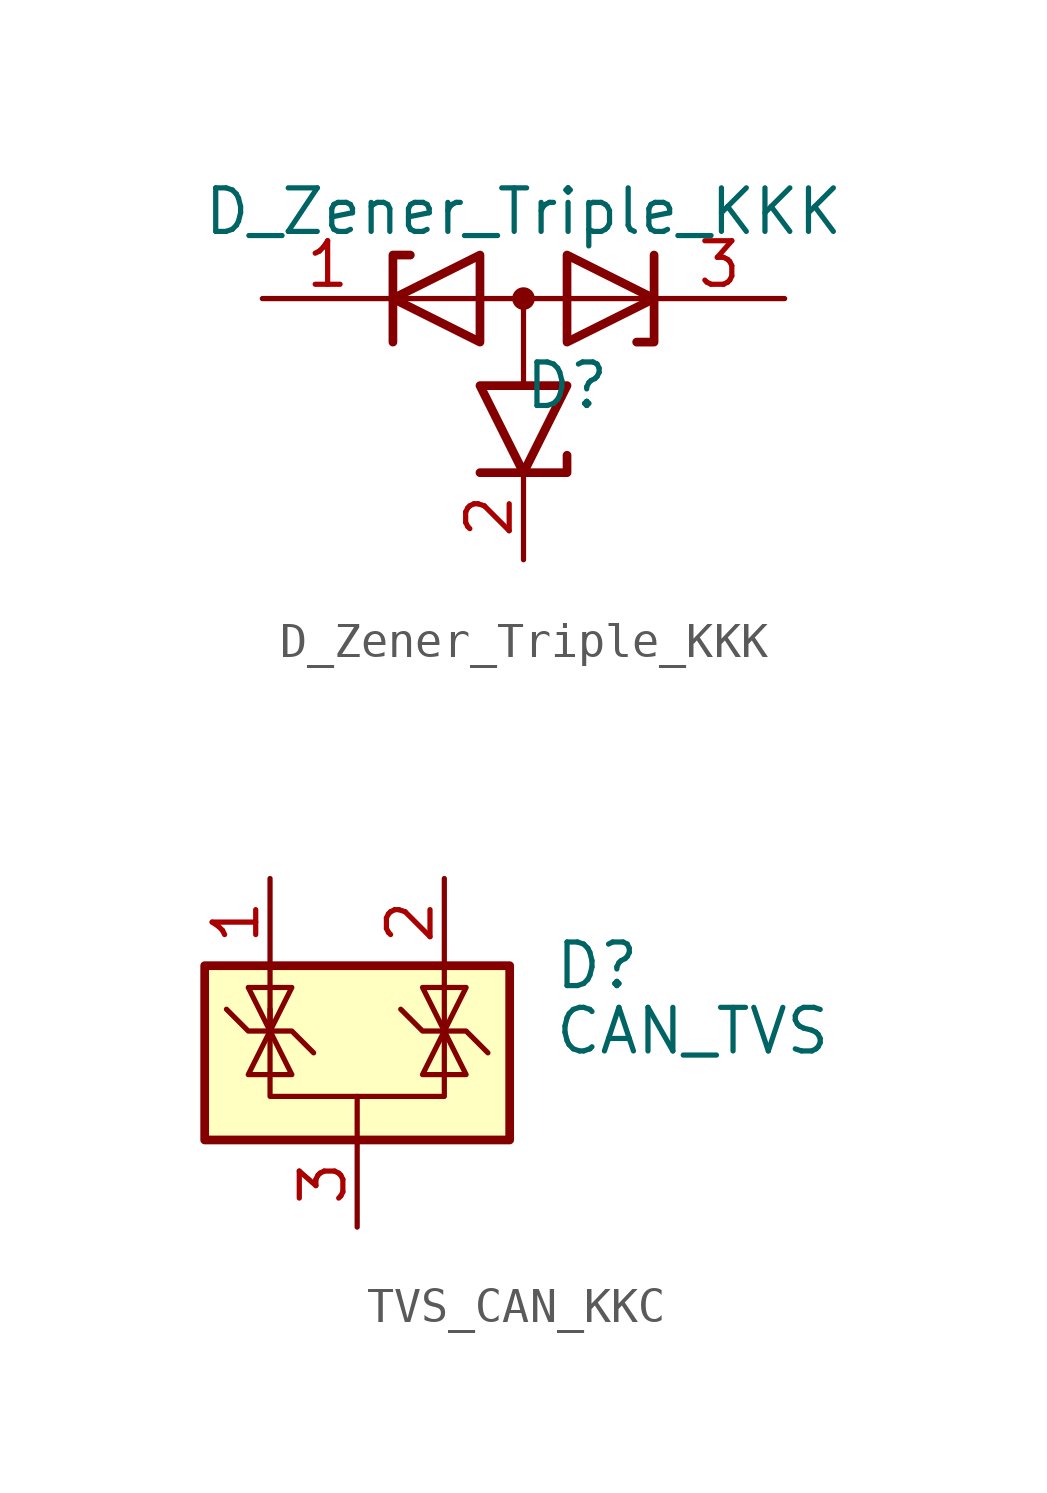
<source format=kicad_sym>
(kicad_symbol_lib
  (version 20220914)
  (generator kicad_symbol_editor)
  (symbol "D_Zener_Triple_KKK"
    (pin_names
      (offset 0.762) hide)
    (property "Reference" "D"
      (at 1.27 -2.54 0)
      (effects (font (size 1.27 1.27))))
    (property "Value" "D_Zener_Triple_KKK"
      (at 0 2.54 0)
      (effects (font (size 1.27 1.27))))
    (symbol "D_Zener_Triple_KKK_0_1"
      (polyline (pts (xy -3.556 0) (xy 3.81 0)) (stroke (width 0) (type default)) (fill (type none)))
      (polyline (pts (xy 0 0) (xy 0 -2.54)) (stroke (width 0) (type default)) (fill (type none)))
      (polyline (pts (xy -3.81 -1.27) (xy -3.81 1.27) (xy -3.302 1.27)) (stroke (width 0.254) (type default)) (fill (type none)))
      (polyline (pts (xy 1.27 -4.572) (xy 1.27 -5.08) (xy -1.27 -5.08)) (stroke (width 0.254) (type default)) (fill (type none)))
      (polyline (pts (xy 3.302 -1.27) (xy 3.81 -1.27) (xy 3.81 1.27)) (stroke (width 0.254) (type default)) (fill (type none)))
      (polyline (pts (xy -1.27 -2.54) (xy 0 -5.08) (xy 1.27 -2.54) (xy -1.27 -2.54) (xy -1.27 -2.54) (xy -1.27 -2.54)) (stroke (width 0.254) (type default)) (fill (type none)))
      (polyline (pts (xy -1.27 -1.27) (xy -3.81 0) (xy -1.27 1.27) (xy -1.27 -1.27) (xy -1.27 -1.27) (xy -1.27 -1.27)) (stroke (width 0.254) (type default)) (fill (type none)))
      (polyline (pts (xy 1.27 1.27) (xy 3.81 0) (xy 1.27 -1.27) (xy 1.27 1.27) (xy 1.27 1.27) (xy 1.27 1.27)) (stroke (width 0.254) (type default)) (fill (type none)))
      (circle (center 0 0) (radius 0.254) (stroke (width 0) (type default)) (fill (type outline)))
      (pin passive line (at -7.62 0 0) (length 3.81) (name "K" (effects (font (size 1.27 1.27)))) (number "1" (effects (font (size 1.27 1.27)))))
      (pin passive line (at 0 -7.62 90) (length 2.54) (name "A" (effects (font (size 1.27 1.27)))) (number "2" (effects (font (size 1.27 1.27)))))
      (pin passive line (at 7.62 0 180) (length 3.81) (name "K" (effects (font (size 1.27 1.27)))) (number "3" (effects (font (size 1.27 1.27)))))))
  (symbol "TVS_CAN_KKC"
    (pin_names hide)
    (property "Reference" "D"
      (at 5.715 2.54 0)
      (effects (font (size 1.27 1.27)) (justify left)))
    (property "Value" "CAN_TVS"
      (at 5.715 0.635 0)
      (effects (font (size 1.27 1.27)) (justify left)))
    (symbol "TVS_CAN_KKC_0_0"
      (pin passive line (at 0 -5.08 90) (length 2.54) (name "A" (effects (font (size 1.27 1.27)))) (number "3" (effects (font (size 1.27 1.27))))))
    (symbol "TVS_CAN_KKC_0_1"
      (rectangle (start -4.445 2.54) (end 4.445 -2.54) (stroke (width 0.254) (type default)) (fill (type background)))
      (polyline (pts (xy -2.54 2.54) (xy -2.54 0.635)) (stroke (width 0) (type default)) (fill (type none)))
      (polyline (pts (xy 0 -1.27) (xy 0 -2.54)) (stroke (width 0) (type default)) (fill (type none)))
      (polyline (pts (xy 2.54 2.54) (xy 2.54 0.635)) (stroke (width 0) (type default)) (fill (type none)))
      (polyline (pts (xy -3.81 1.27) (xy -3.175 0.635) (xy -1.905 0.635) (xy -1.27 0)) (stroke (width 0) (type default)) (fill (type none)))
      (polyline (pts (xy -2.54 0.635) (xy -2.54 -1.27) (xy 2.54 -1.27) (xy 2.54 0.635)) (stroke (width 0) (type default)) (fill (type none)))
      (polyline (pts (xy -2.54 0.635) (xy -1.905 -0.635) (xy -3.175 -0.635) (xy -2.54 0.635)) (stroke (width 0) (type default)) (fill (type none)))
      (polyline (pts (xy 2.54 0.635) (xy 1.905 -0.635) (xy 3.175 -0.635) (xy 2.54 0.635)) (stroke (width 0) (type default)) (fill (type none)))
      (polyline (pts (xy 2.54 0.635) (xy 3.175 1.905) (xy 1.905 1.905) (xy 2.54 0.635)) (stroke (width 0) (type default)) (fill (type none)))
      (polyline (pts (xy -2.54 0.635) (xy -3.175 1.905) (xy -1.905 1.905) (xy -2.54 0.635) (xy -2.54 1.27)) (stroke (width 0) (type default)) (fill (type none)))
      (polyline (pts (xy 1.27 1.27) (xy 1.905 0.635) (xy 2.54 0.635) (xy 3.175 0.635) (xy 3.81 0)) (stroke (width 0) (type default)) (fill (type none))))
    (symbol "TVS_CAN_KKC_1_1"
      (pin passive line (at -2.54 5.08 270) (length 2.54) (name "K" (effects (font (size 1.27 1.27)))) (number "1" (effects (font (size 1.27 1.27)))))
      (pin passive line (at 2.54 5.08 270) (length 2.54) (name "K" (effects (font (size 1.27 1.27)))) (number "2" (effects (font (size 1.27 1.27))))))))
</source>
